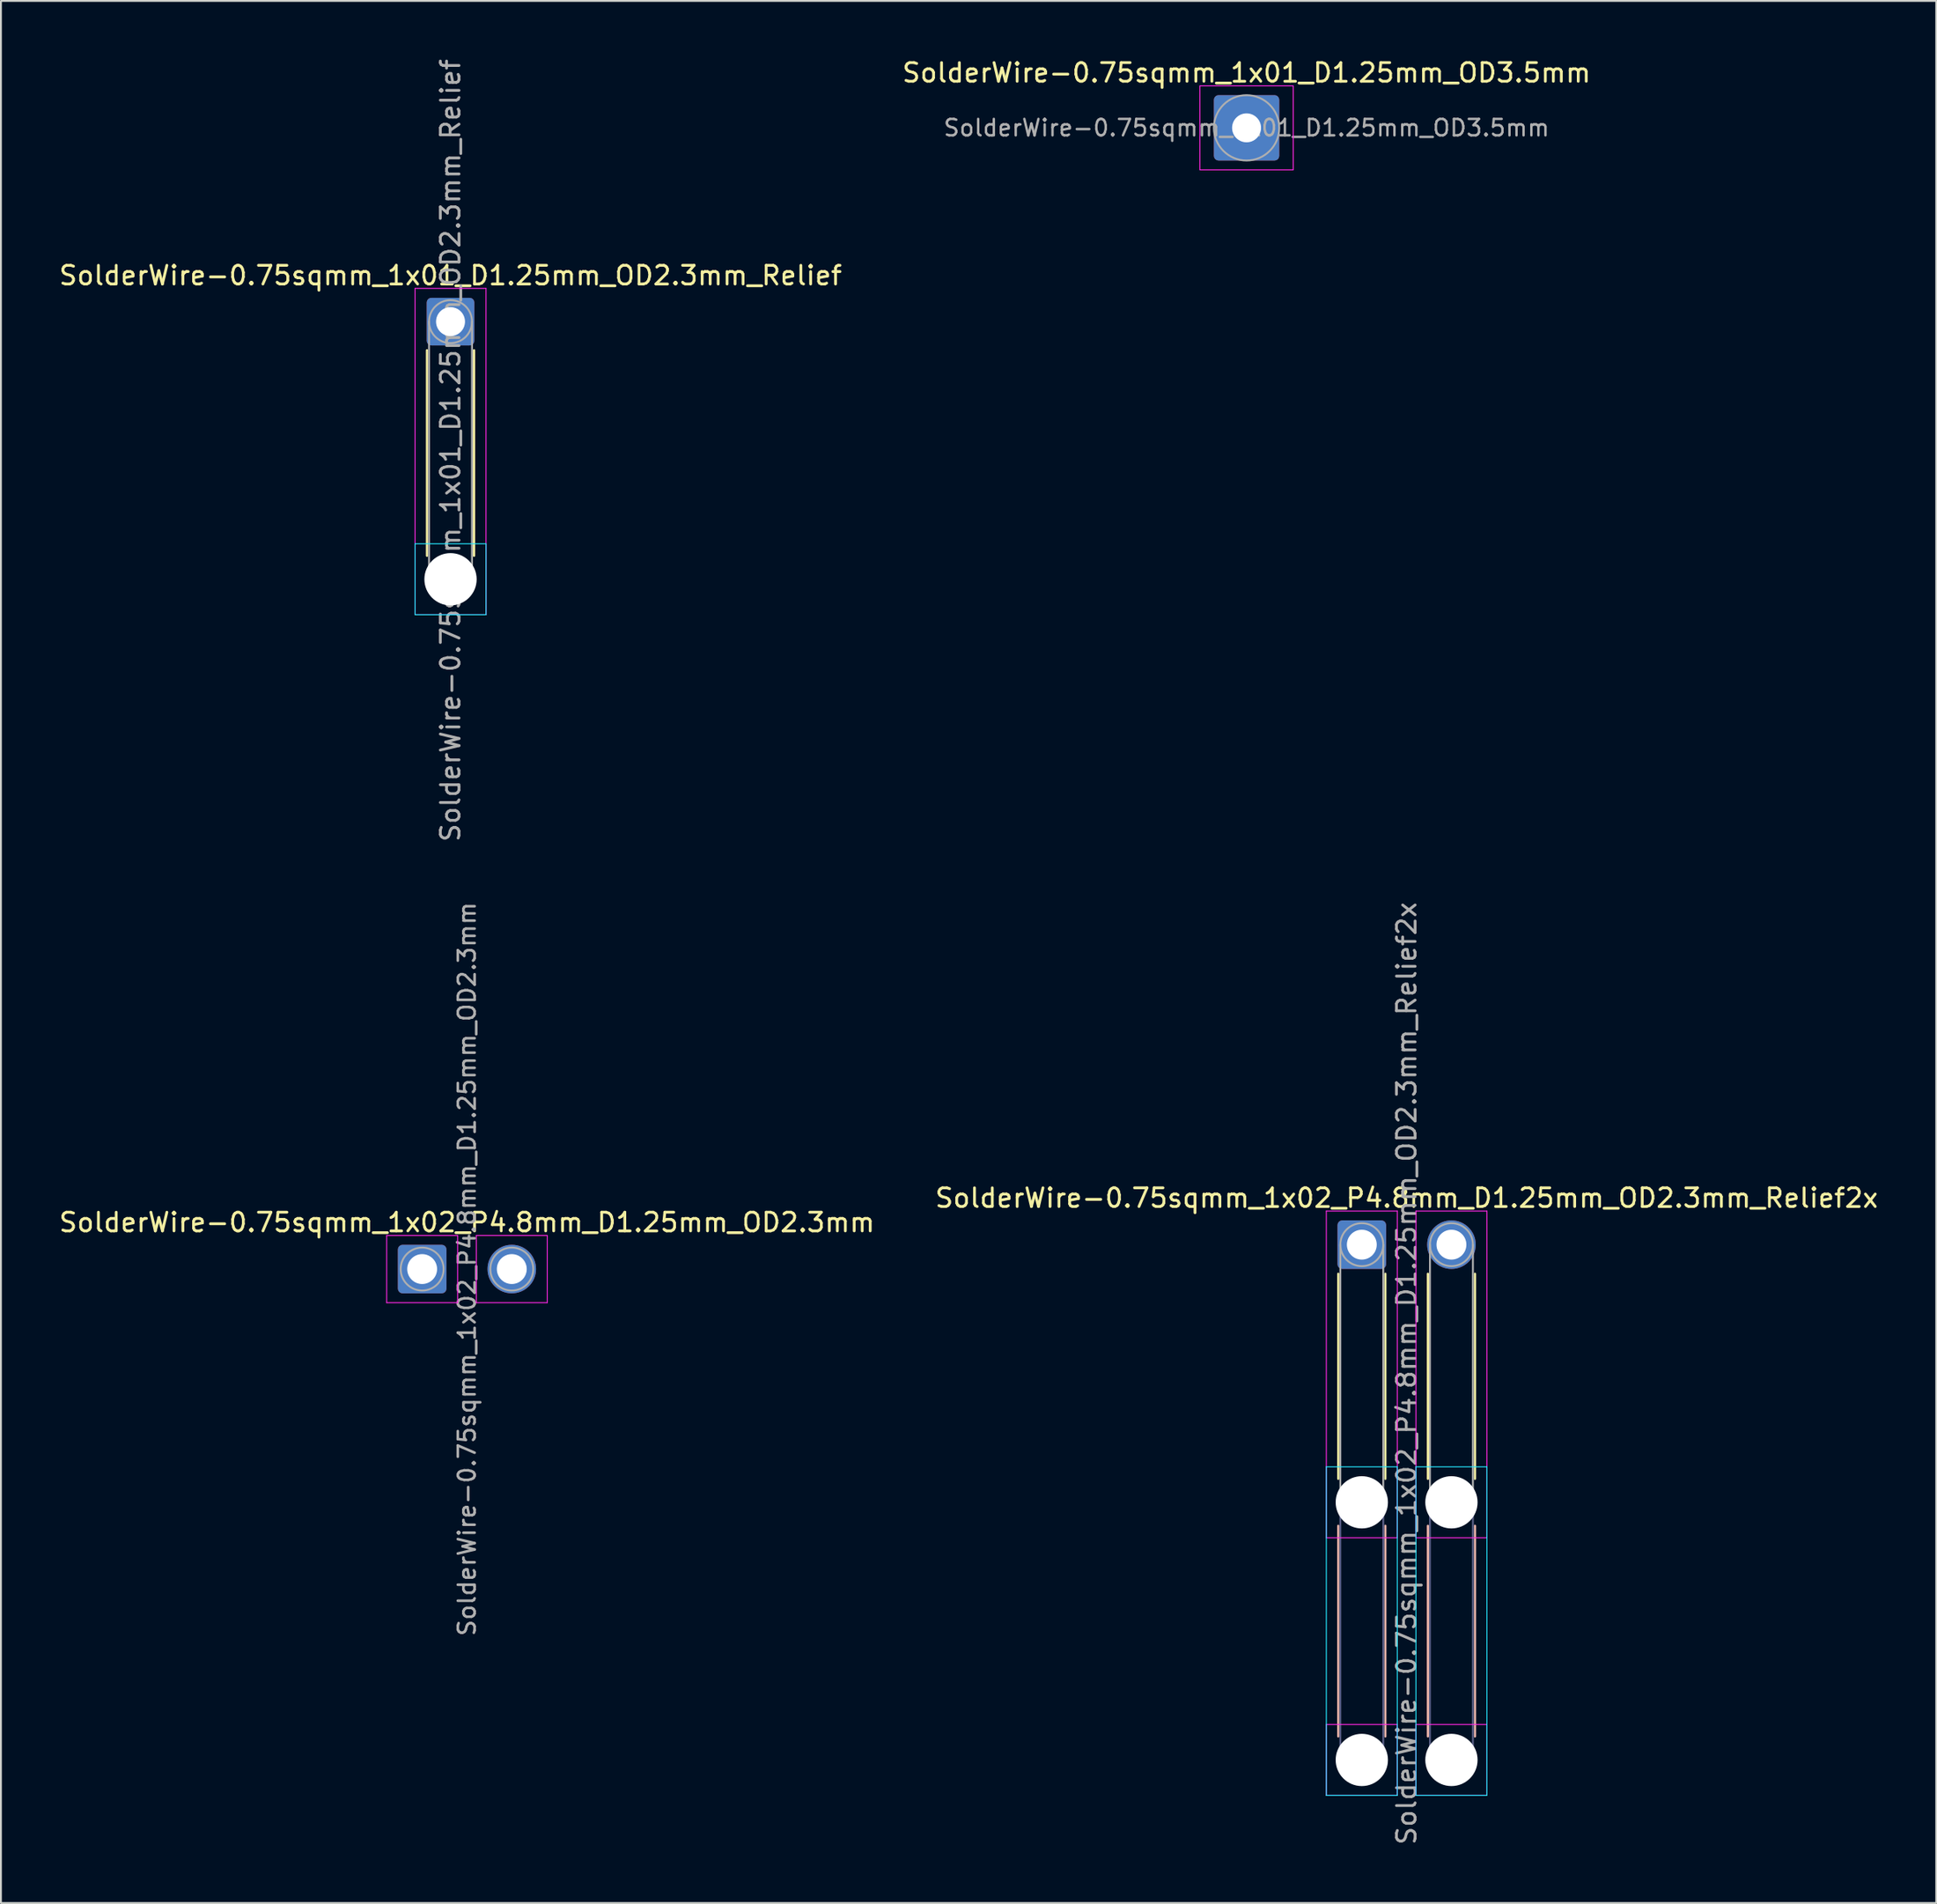
<source format=kicad_pcb>
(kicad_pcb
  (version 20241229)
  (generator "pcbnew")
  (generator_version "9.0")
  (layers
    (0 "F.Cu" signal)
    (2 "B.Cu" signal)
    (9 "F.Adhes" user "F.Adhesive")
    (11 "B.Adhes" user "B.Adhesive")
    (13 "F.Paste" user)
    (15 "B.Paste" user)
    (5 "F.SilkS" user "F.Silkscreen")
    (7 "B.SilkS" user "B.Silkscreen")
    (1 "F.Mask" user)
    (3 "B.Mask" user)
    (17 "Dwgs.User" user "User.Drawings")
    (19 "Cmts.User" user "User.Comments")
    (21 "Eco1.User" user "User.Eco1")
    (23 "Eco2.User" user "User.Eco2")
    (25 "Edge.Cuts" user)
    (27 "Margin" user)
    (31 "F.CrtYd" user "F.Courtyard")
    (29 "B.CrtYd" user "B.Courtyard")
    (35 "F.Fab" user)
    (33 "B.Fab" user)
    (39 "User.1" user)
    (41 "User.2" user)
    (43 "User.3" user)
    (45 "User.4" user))
  (footprint "SolderWire-0.75sqmm_1x01_D1.25mm_OD2.3mm_Relief"
    (layer "F.Cu")
    (at 21.077 14.177)
    (property "Reference" "SolderWire-0.75sqmm_1x01_D1.25mm_OD2.3mm_Relief" (at 0 -2.47 0) (layer "F.SilkS") (effects (font (size 1 1) (thickness 0.15))))
    (attr exclude_from_pos_files exclude_from_bom)
    (fp_line (start -1.26 1.535) (end -1.26 12.54) (stroke (width 0.12) (type solid)) (layer "F.SilkS"))
    (fp_line (start 1.26 1.535) (end 1.26 12.54) (stroke (width 0.12) (type solid)) (layer "F.SilkS"))
    (fp_line (start -1.9 11.9) (end -1.9 15.7) (stroke (width 0.05) (type solid)) (layer "B.CrtYd"))
    (fp_line (start -1.9 15.7) (end 1.9 15.7) (stroke (width 0.05) (type solid)) (layer "B.CrtYd"))
    (fp_line (start 1.9 11.9) (end -1.9 11.9) (stroke (width 0.05) (type solid)) (layer "B.CrtYd"))
    (fp_line (start 1.9 15.7) (end 1.9 11.9) (stroke (width 0.05) (type solid)) (layer "B.CrtYd"))
    (fp_line (start -1.9 -1.78) (end -1.9 15.7) (stroke (width 0.05) (type solid)) (layer "F.CrtYd"))
    (fp_line (start -1.9 15.7) (end 1.9 15.7) (stroke (width 0.05) (type solid)) (layer "F.CrtYd"))
    (fp_line (start 1.9 -1.78) (end -1.9 -1.78) (stroke (width 0.05) (type solid)) (layer "F.CrtYd"))
    (fp_line (start 1.9 15.7) (end 1.9 -1.78) (stroke (width 0.05) (type solid)) (layer "F.CrtYd"))
    (fp_line (start -1.15 0) (end -1.15 13.8) (stroke (width 0.1) (type solid)) (layer "F.Fab"))
    (fp_line (start 1.15 0) (end 1.15 13.8) (stroke (width 0.1) (type solid)) (layer "F.Fab"))
    (fp_circle (center 0 0) (end 1.15 0) (stroke (width 0.1) (type solid)) (fill no) (layer "F.Fab"))
    (fp_circle (center 0 13.8) (end 1.15 13.8) (stroke (width 0.1) (type solid)) (fill no) (layer "F.Fab"))
    (fp_text user "${REFERENCE}" (at 0 6.9 90) (layer "F.Fab") (effects (font (size 1 1) (thickness 0.15))))
    (pad "" np_thru_hole circle (at 0 13.8) (size 2.8 2.8) (drill 2.8) (layers "*.Cu" "*.Mask"))
    (pad "1" thru_hole roundrect (at 0 0) (size 2.55 2.55) (drill 1.55) (layers "*.Cu" "*.Mask") (roundrect_rratio 0.098)))
  (footprint "SolderWire-0.75sqmm_1x02_P4.8mm_D1.25mm_OD2.3mm"
    (layer "F.Cu")
    (at 19.558 64.925)
    (property "Reference" "SolderWire-0.75sqmm_1x02_P4.8mm_D1.25mm_OD2.3mm" (at 2.4 -2.5 0) (layer "F.SilkS") (effects (font (size 1 1) (thickness 0.15))))
    (attr exclude_from_pos_files exclude_from_bom)
    (fp_line (start -1.9 -1.8) (end -1.9 1.8) (stroke (width 0.05) (type solid)) (layer "F.CrtYd"))
    (fp_line (start -1.9 1.8) (end 1.9 1.8) (stroke (width 0.05) (type solid)) (layer "F.CrtYd"))
    (fp_line (start 1.9 -1.8) (end -1.9 -1.8) (stroke (width 0.05) (type solid)) (layer "F.CrtYd"))
    (fp_line (start 1.9 1.8) (end 1.9 -1.8) (stroke (width 0.05) (type solid)) (layer "F.CrtYd"))
    (fp_line (start 2.9 -1.8) (end 2.9 1.8) (stroke (width 0.05) (type solid)) (layer "F.CrtYd"))
    (fp_line (start 2.9 1.8) (end 6.7 1.8) (stroke (width 0.05) (type solid)) (layer "F.CrtYd"))
    (fp_line (start 6.7 -1.8) (end 2.9 -1.8) (stroke (width 0.05) (type solid)) (layer "F.CrtYd"))
    (fp_line (start 6.7 1.8) (end 6.7 -1.8) (stroke (width 0.05) (type solid)) (layer "F.CrtYd"))
    (fp_circle (center 0 0) (end 1.15 0) (stroke (width 0.1) (type solid)) (fill no) (layer "F.Fab"))
    (fp_circle (center 4.8 0) (end 5.95 0) (stroke (width 0.1) (type solid)) (fill no) (layer "F.Fab"))
    (fp_text user "${REFERENCE}" (at 2.4 0 90) (layer "F.Fab") (effects (font (size 0.9 0.9) (thickness 0.14))))
    (pad "1" thru_hole roundrect (at 0 0) (size 2.6 2.6) (drill 1.6) (layers "*.Cu" "*.Mask") (roundrect_rratio 0.096))
    (pad "2" thru_hole circle (at 4.8 0) (size 2.6 2.6) (drill 1.6) (layers "*.Cu" "*.Mask")))
  (footprint "SolderWire-0.75sqmm_1x02_P4.8mm_D1.25mm_OD2.3mm_Relief2x"
    (layer "F.Cu")
    (at 69.88 63.618)
    (property "Reference" "SolderWire-0.75sqmm_1x02_P4.8mm_D1.25mm_OD2.3mm_Relief2x" (at 2.4 -2.5 0) (layer "F.SilkS") (effects (font (size 1 1) (thickness 0.15))))
    (attr exclude_from_pos_files exclude_from_bom)
    (fp_line (start -1.26 1.56) (end -1.26 12.54) (stroke (width 0.12) (type solid)) (layer "F.SilkS"))
    (fp_line (start 1.26 1.56) (end 1.26 12.54) (stroke (width 0.12) (type solid)) (layer "F.SilkS"))
    (fp_line (start 3.54 1.56) (end 3.54 12.54) (stroke (width 0.12) (type solid)) (layer "F.SilkS"))
    (fp_line (start 6.06 1.56) (end 6.06 12.54) (stroke (width 0.12) (type solid)) (layer "F.SilkS"))
    (fp_line (start -1.26 15.06) (end -1.26 26.34) (stroke (width 0.12) (type solid)) (layer "B.SilkS"))
    (fp_line (start 1.26 15.06) (end 1.26 26.34) (stroke (width 0.12) (type solid)) (layer "B.SilkS"))
    (fp_line (start 3.54 15.06) (end 3.54 26.34) (stroke (width 0.12) (type solid)) (layer "B.SilkS"))
    (fp_line (start 6.06 15.06) (end 6.06 26.34) (stroke (width 0.12) (type solid)) (layer "B.SilkS"))
    (fp_line (start -1.9 11.9) (end -1.9 29.5) (stroke (width 0.05) (type solid)) (layer "B.CrtYd"))
    (fp_line (start -1.9 29.5) (end 1.9 29.5) (stroke (width 0.05) (type solid)) (layer "B.CrtYd"))
    (fp_line (start 1.9 11.9) (end -1.9 11.9) (stroke (width 0.05) (type solid)) (layer "B.CrtYd"))
    (fp_line (start 1.9 29.5) (end 1.9 11.9) (stroke (width 0.05) (type solid)) (layer "B.CrtYd"))
    (fp_line (start 2.9 11.9) (end 2.9 29.5) (stroke (width 0.05) (type solid)) (layer "B.CrtYd"))
    (fp_line (start 2.9 29.5) (end 6.7 29.5) (stroke (width 0.05) (type solid)) (layer "B.CrtYd"))
    (fp_line (start 6.7 11.9) (end 2.9 11.9) (stroke (width 0.05) (type solid)) (layer "B.CrtYd"))
    (fp_line (start 6.7 29.5) (end 6.7 11.9) (stroke (width 0.05) (type solid)) (layer "B.CrtYd"))
    (fp_line (start -1.9 -1.8) (end -1.9 15.7) (stroke (width 0.05) (type solid)) (layer "F.CrtYd"))
    (fp_line (start -1.9 15.7) (end 1.9 15.7) (stroke (width 0.05) (type solid)) (layer "F.CrtYd"))
    (fp_line (start -1.9 25.7) (end -1.9 29.5) (stroke (width 0.05) (type solid)) (layer "F.CrtYd"))
    (fp_line (start -1.9 29.5) (end 1.9 29.5) (stroke (width 0.05) (type solid)) (layer "F.CrtYd"))
    (fp_line (start 1.9 -1.8) (end -1.9 -1.8) (stroke (width 0.05) (type solid)) (layer "F.CrtYd"))
    (fp_line (start 1.9 15.7) (end 1.9 -1.8) (stroke (width 0.05) (type solid)) (layer "F.CrtYd"))
    (fp_line (start 1.9 25.7) (end -1.9 25.7) (stroke (width 0.05) (type solid)) (layer "F.CrtYd"))
    (fp_line (start 1.9 29.5) (end 1.9 25.7) (stroke (width 0.05) (type solid)) (layer "F.CrtYd"))
    (fp_line (start 2.9 -1.8) (end 2.9 15.7) (stroke (width 0.05) (type solid)) (layer "F.CrtYd"))
    (fp_line (start 2.9 15.7) (end 6.7 15.7) (stroke (width 0.05) (type solid)) (layer "F.CrtYd"))
    (fp_line (start 2.9 25.7) (end 2.9 29.5) (stroke (width 0.05) (type solid)) (layer "F.CrtYd"))
    (fp_line (start 2.9 29.5) (end 6.7 29.5) (stroke (width 0.05) (type solid)) (layer "F.CrtYd"))
    (fp_line (start 6.7 -1.8) (end 2.9 -1.8) (stroke (width 0.05) (type solid)) (layer "F.CrtYd"))
    (fp_line (start 6.7 15.7) (end 6.7 -1.8) (stroke (width 0.05) (type solid)) (layer "F.CrtYd"))
    (fp_line (start 6.7 25.7) (end 2.9 25.7) (stroke (width 0.05) (type solid)) (layer "F.CrtYd"))
    (fp_line (start 6.7 29.5) (end 6.7 25.7) (stroke (width 0.05) (type solid)) (layer "F.CrtYd"))
    (fp_line (start -1.15 13.8) (end -1.15 27.6) (stroke (width 0.1) (type solid)) (layer "B.Fab"))
    (fp_line (start 1.15 13.8) (end 1.15 27.6) (stroke (width 0.1) (type solid)) (layer "B.Fab"))
    (fp_line (start 3.65 13.8) (end 3.65 27.6) (stroke (width 0.1) (type solid)) (layer "B.Fab"))
    (fp_line (start 5.95 13.8) (end 5.95 27.6) (stroke (width 0.1) (type solid)) (layer "B.Fab"))
    (fp_circle (center 0 13.8) (end 1.15 13.8) (stroke (width 0.1) (type solid)) (fill no) (layer "B.Fab"))
    (fp_circle (center 0 27.6) (end 1.15 27.6) (stroke (width 0.1) (type solid)) (fill no) (layer "B.Fab"))
    (fp_circle (center 4.8 13.8) (end 5.95 13.8) (stroke (width 0.1) (type solid)) (fill no) (layer "B.Fab"))
    (fp_circle (center 4.8 27.6) (end 5.95 27.6) (stroke (width 0.1) (type solid)) (fill no) (layer "B.Fab"))
    (fp_line (start -1.15 0) (end -1.15 13.8) (stroke (width 0.1) (type solid)) (layer "F.Fab"))
    (fp_line (start 1.15 0) (end 1.15 13.8) (stroke (width 0.1) (type solid)) (layer "F.Fab"))
    (fp_line (start 3.65 0) (end 3.65 13.8) (stroke (width 0.1) (type solid)) (layer "F.Fab"))
    (fp_line (start 5.95 0) (end 5.95 13.8) (stroke (width 0.1) (type solid)) (layer "F.Fab"))
    (fp_circle (center 0 0) (end 1.15 0) (stroke (width 0.1) (type solid)) (fill no) (layer "F.Fab"))
    (fp_circle (center 0 13.8) (end 1.15 13.8) (stroke (width 0.1) (type solid)) (fill no) (layer "F.Fab"))
    (fp_circle (center 0 27.6) (end 1.15 27.6) (stroke (width 0.1) (type solid)) (fill no) (layer "F.Fab"))
    (fp_circle (center 4.8 0) (end 5.95 0) (stroke (width 0.1) (type solid)) (fill no) (layer "F.Fab"))
    (fp_circle (center 4.8 13.8) (end 5.95 13.8) (stroke (width 0.1) (type solid)) (fill no) (layer "F.Fab"))
    (fp_circle (center 4.8 27.6) (end 5.95 27.6) (stroke (width 0.1) (type solid)) (fill no) (layer "F.Fab"))
    (fp_text user "${REFERENCE}" (at 2.4 6.9 90) (layer "F.Fab") (effects (font (size 1 1) (thickness 0.15))))
    (pad "" np_thru_hole circle (at 0 13.8) (size 2.8 2.8) (drill 2.8) (layers "*.Cu" "*.Mask"))
    (pad "" np_thru_hole circle (at 0 27.6) (size 2.8 2.8) (drill 2.8) (layers "*.Cu" "*.Mask"))
    (pad "" np_thru_hole circle (at 4.8 13.8) (size 2.8 2.8) (drill 2.8) (layers "*.Cu" "*.Mask"))
    (pad "" np_thru_hole circle (at 4.8 27.6) (size 2.8 2.8) (drill 2.8) (layers "*.Cu" "*.Mask"))
    (pad "1" thru_hole roundrect (at 0 0) (size 2.6 2.6) (drill 1.6) (layers "*.Cu" "*.Mask") (roundrect_rratio 0.096))
    (pad "2" thru_hole circle (at 4.8 0) (size 2.6 2.6) (drill 1.6) (layers "*.Cu" "*.Mask")))
  (footprint "SolderWire-0.75sqmm_1x01_D1.25mm_OD3.5mm"
    (layer "F.Cu")
    (at 63.708 3.798)
    (property "Reference" "SolderWire-0.75sqmm_1x01_D1.25mm_OD3.5mm" (at 0 -2.95 0) (layer "F.SilkS") (effects (font (size 1 1) (thickness 0.15))))
    (attr exclude_from_pos_files exclude_from_bom)
    (fp_line (start -2.5 -2.25) (end -2.5 2.25) (stroke (width 0.05) (type solid)) (layer "F.CrtYd"))
    (fp_line (start -2.5 2.25) (end 2.5 2.25) (stroke (width 0.05) (type solid)) (layer "F.CrtYd"))
    (fp_line (start 2.5 -2.25) (end -2.5 -2.25) (stroke (width 0.05) (type solid)) (layer "F.CrtYd"))
    (fp_line (start 2.5 2.25) (end 2.5 -2.25) (stroke (width 0.05) (type solid)) (layer "F.CrtYd"))
    (fp_circle (center 0 0) (end 1.75 0) (stroke (width 0.1) (type solid)) (fill no) (layer "F.Fab"))
    (fp_text user "${REFERENCE}" (at 0 0 0) (layer "F.Fab") (effects (font (size 0.88 0.88) (thickness 0.13))))
    (pad "1" thru_hole roundrect (at 0 0) (size 3.5 3.5) (drill 1.55) (layers "*.Cu" "*.Mask") (roundrect_rratio 0.071)))
  (gr_rect
    (start -3 -3)
    (end 100.643 98.881)
    (stroke (width 0.1) (type default))
    (fill no)
    (layer "Edge.Cuts")))
</source>
